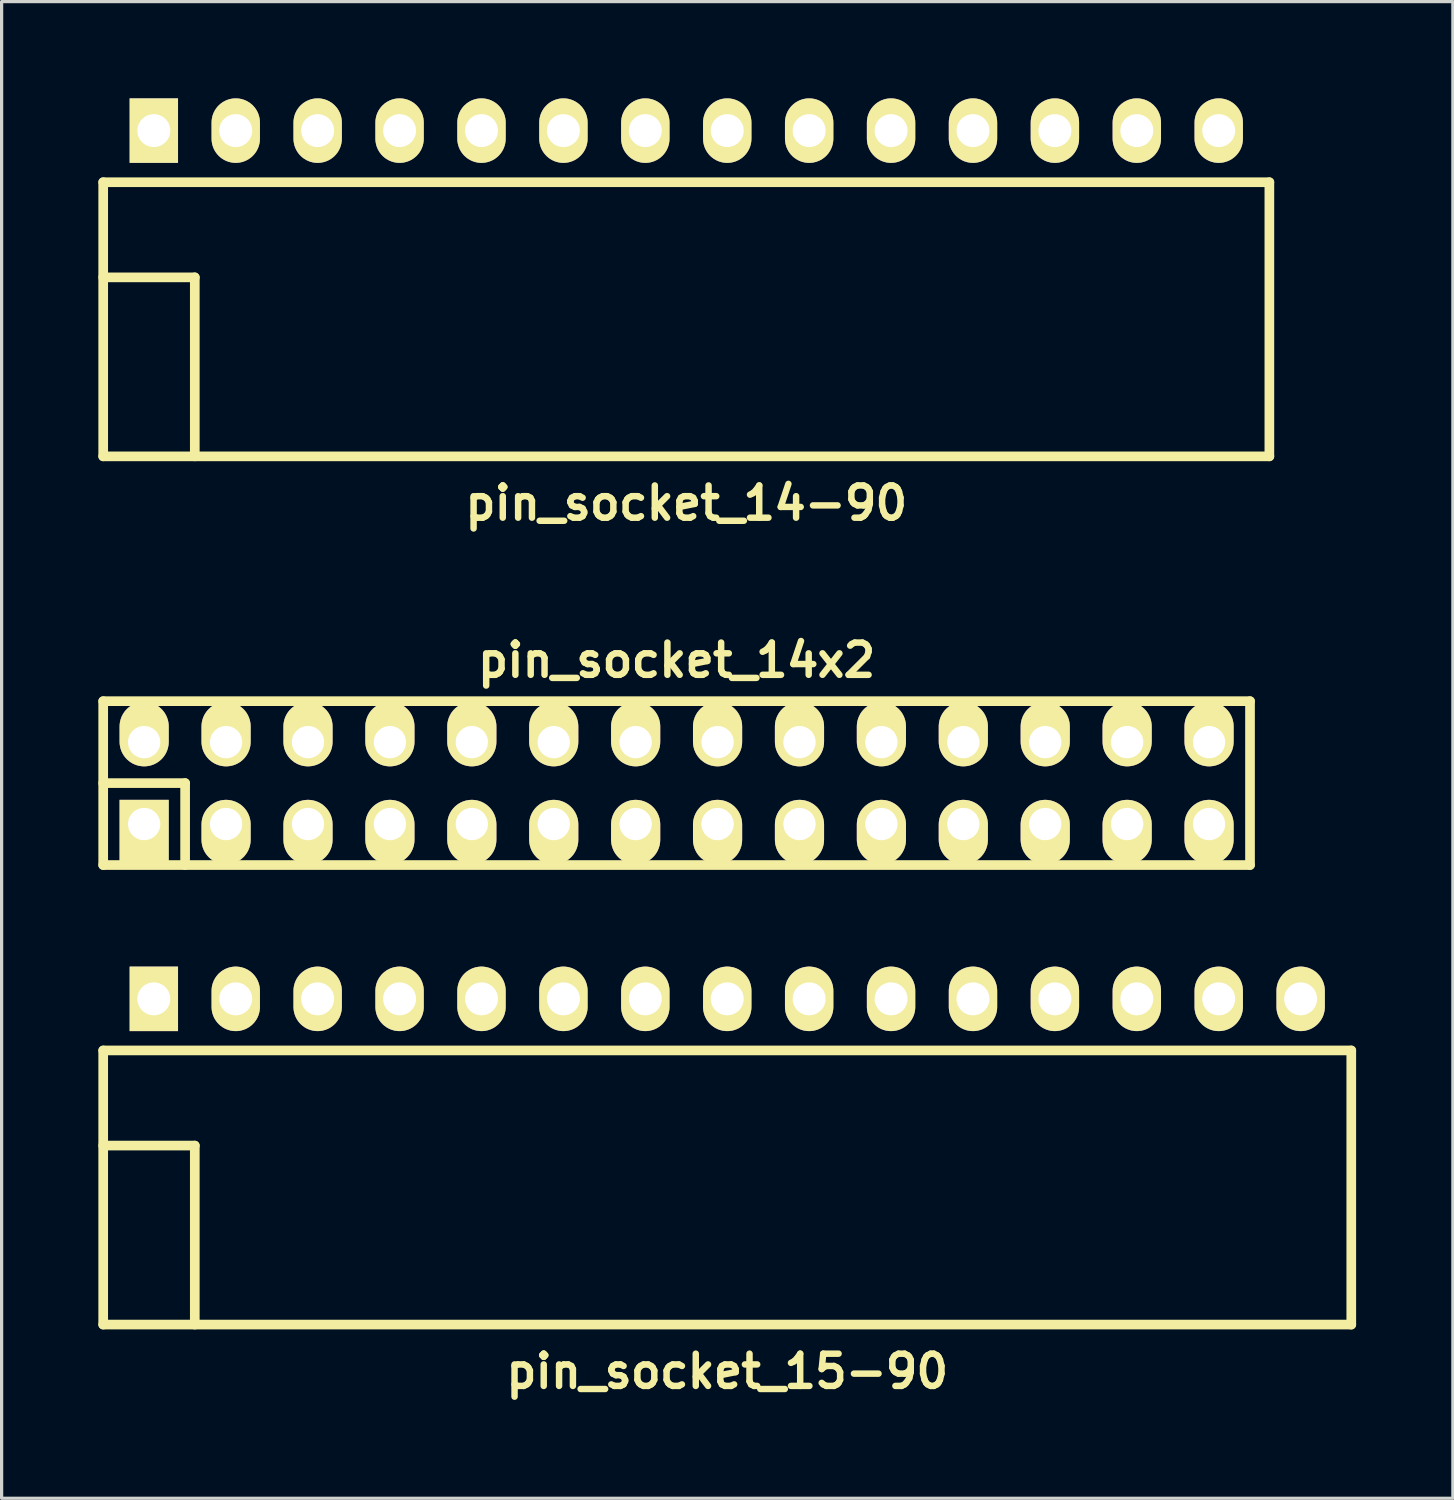
<source format=kicad_pcb>
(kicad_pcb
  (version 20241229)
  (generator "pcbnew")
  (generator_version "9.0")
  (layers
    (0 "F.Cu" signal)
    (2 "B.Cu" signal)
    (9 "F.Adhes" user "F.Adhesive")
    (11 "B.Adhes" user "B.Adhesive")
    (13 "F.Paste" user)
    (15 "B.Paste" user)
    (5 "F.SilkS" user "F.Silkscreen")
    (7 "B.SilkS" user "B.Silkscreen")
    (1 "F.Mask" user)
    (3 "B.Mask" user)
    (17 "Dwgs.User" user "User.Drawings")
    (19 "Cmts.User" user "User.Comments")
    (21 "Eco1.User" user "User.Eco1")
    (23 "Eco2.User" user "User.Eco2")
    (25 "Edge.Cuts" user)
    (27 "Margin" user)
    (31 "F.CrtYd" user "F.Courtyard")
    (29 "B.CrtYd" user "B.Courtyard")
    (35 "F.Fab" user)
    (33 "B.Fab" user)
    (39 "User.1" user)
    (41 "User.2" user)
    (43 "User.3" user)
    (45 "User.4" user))
  (footprint "pin_socket_14-90"
    (layer "F.Cu")
    (at 18.23 5.55)
    (property "Reference" "pin_socket_14-90" (at 0 7 0) (layer "F.SilkS") (effects (font (size 1 1) (thickness 0.2))))
    (attr through_hole)
    (fp_line (start -18.08 -2.95) (end -18.08 5.55) (stroke (width 0.3) (type solid)) (layer "F.SilkS"))
    (fp_line (start -18.08 -2.95) (end 18.08 -2.95) (stroke (width 0.3) (type solid)) (layer "F.SilkS"))
    (fp_line (start -18.08 0) (end -15.24 0) (stroke (width 0.3) (type solid)) (layer "F.SilkS"))
    (fp_line (start -18.08 5.55) (end 18.08 5.55) (stroke (width 0.3) (type solid)) (layer "F.SilkS"))
    (fp_line (start -15.24 0) (end -15.24 5.55) (stroke (width 0.3) (type solid)) (layer "F.SilkS"))
    (fp_line (start 18.08 -2.95) (end 18.08 5.55) (stroke (width 0.3) (type solid)) (layer "F.SilkS"))
    (pad "1" thru_hole rect (at -16.51 -4.55) (size 1.5 2) (drill 1.02) (layers "*.Cu" "*.Mask" "F.SilkS"))
    (pad "2" thru_hole oval (at -13.97 -4.55) (size 1.5 2) (drill 1.02) (layers "*.Cu" "*.Mask" "F.SilkS"))
    (pad "3" thru_hole oval (at -11.43 -4.55) (size 1.5 2) (drill 1.02) (layers "*.Cu" "*.Mask" "F.SilkS"))
    (pad "4" thru_hole oval (at -8.89 -4.55) (size 1.5 2) (drill 1.02) (layers "*.Cu" "*.Mask" "F.SilkS"))
    (pad "5" thru_hole oval (at -6.35 -4.55) (size 1.5 2) (drill 1.02) (layers "*.Cu" "*.Mask" "F.SilkS"))
    (pad "6" thru_hole oval (at -3.81 -4.55) (size 1.5 2) (drill 1.02) (layers "*.Cu" "*.Mask" "F.SilkS"))
    (pad "7" thru_hole oval (at -1.27 -4.55) (size 1.5 2) (drill 1.02) (layers "*.Cu" "*.Mask" "F.SilkS"))
    (pad "8" thru_hole oval (at 1.27 -4.55) (size 1.5 2) (drill 1.02) (layers "*.Cu" "*.Mask" "F.SilkS"))
    (pad "9" thru_hole oval (at 3.81 -4.55) (size 1.5 2) (drill 1.02) (layers "*.Cu" "*.Mask" "F.SilkS"))
    (pad "10" thru_hole oval (at 6.35 -4.55) (size 1.5 2) (drill 1.02) (layers "*.Cu" "*.Mask" "F.SilkS"))
    (pad "12" thru_hole oval (at 11.43 -4.55) (size 1.5 2) (drill 1.02) (layers "*.Cu" "*.Mask" "F.SilkS"))
    (pad "13" thru_hole oval (at 13.97 -4.55) (size 1.5 2) (drill 1.02) (layers "*.Cu" "*.Mask" "F.SilkS"))
    (pad "14" thru_hole oval (at 16.51 -4.55) (size 1.5 2) (drill 1.02) (layers "*.Cu" "*.Mask" "F.SilkS"))
    (pad "1121" thru_hole oval (at 8.89 -4.55) (size 1.5 2) (drill 1.02) (layers "*.Cu" "*.Mask" "F.SilkS")))
  (footprint "pin_socket_14x2"
    (layer "F.Cu")
    (at 17.93 21.232)
    (property "Reference" "pin_socket_14x2" (at 0 -3.81 0) (layer "F.SilkS") (effects (font (size 1 1) (thickness 0.2))))
    (attr through_hole)
    (fp_line (start -17.78 -2.54) (end -17.78 2.54) (stroke (width 0.3) (type solid)) (layer "F.SilkS"))
    (fp_line (start -17.78 -2.54) (end 17.78 -2.54) (stroke (width 0.3) (type solid)) (layer "F.SilkS"))
    (fp_line (start -17.78 0) (end -15.24 0) (stroke (width 0.3) (type solid)) (layer "F.SilkS"))
    (fp_line (start -15.24 0) (end -15.24 2.54) (stroke (width 0.3) (type solid)) (layer "F.SilkS"))
    (fp_line (start 17.78 2.54) (end -17.78 2.54) (stroke (width 0.3) (type solid)) (layer "F.SilkS"))
    (fp_line (start 17.78 2.54) (end 17.78 -2.54) (stroke (width 0.3) (type solid)) (layer "F.SilkS"))
    (pad "1" thru_hole rect (at -16.51 1.27) (size 1.524 1.999) (drill 1.001 (offset 0 0.249)) (layers "*.Cu" "*.Mask" "F.SilkS"))
    (pad "2" thru_hole oval (at -16.51 -1.27) (size 1.524 1.999) (drill 1.001 (offset 0 -0.249)) (layers "*.Cu" "*.Mask" "F.SilkS"))
    (pad "3" thru_hole oval (at -13.97 1.27) (size 1.524 1.999) (drill 1.001 (offset 0 0.249)) (layers "*.Cu" "*.Mask" "F.SilkS"))
    (pad "4" thru_hole oval (at -13.97 -1.27) (size 1.524 1.999) (drill 1.001 (offset 0 -0.249)) (layers "*.Cu" "*.Mask" "F.SilkS"))
    (pad "5" thru_hole oval (at -11.43 1.27) (size 1.524 1.999) (drill 1.001 (offset 0 0.249)) (layers "*.Cu" "*.Mask" "F.SilkS"))
    (pad "6" thru_hole oval (at -11.43 -1.27) (size 1.524 1.999) (drill 1.001 (offset 0 -0.249)) (layers "*.Cu" "*.Mask" "F.SilkS"))
    (pad "7" thru_hole oval (at -8.89 1.27) (size 1.524 1.999) (drill 1.001 (offset 0 0.249)) (layers "*.Cu" "*.Mask" "F.SilkS"))
    (pad "8" thru_hole oval (at -8.89 -1.27) (size 1.524 1.999) (drill 1.001 (offset 0 -0.249)) (layers "*.Cu" "*.Mask" "F.SilkS"))
    (pad "9" thru_hole oval (at -6.35 1.27) (size 1.524 1.999) (drill 1.001 (offset 0 0.249)) (layers "*.Cu" "*.Mask" "F.SilkS"))
    (pad "10" thru_hole oval (at -6.35 -1.27) (size 1.524 1.999) (drill 1.001 (offset 0 -0.249)) (layers "*.Cu" "*.Mask" "F.SilkS"))
    (pad "11" thru_hole oval (at -3.81 1.27) (size 1.524 1.999) (drill 1.001 (offset 0 0.249)) (layers "*.Cu" "*.Mask" "F.SilkS"))
    (pad "12" thru_hole oval (at -3.81 -1.27) (size 1.524 1.999) (drill 1.001 (offset 0 -0.249)) (layers "*.Cu" "*.Mask" "F.SilkS"))
    (pad "13" thru_hole oval (at -1.27 1.27) (size 1.524 1.999) (drill 1.001 (offset 0 0.249)) (layers "*.Cu" "*.Mask" "F.SilkS"))
    (pad "14" thru_hole oval (at -1.27 -1.27) (size 1.524 1.999) (drill 1.001 (offset 0 -0.249)) (layers "*.Cu" "*.Mask" "F.SilkS"))
    (pad "15" thru_hole oval (at 1.27 1.27) (size 1.524 1.999) (drill 1.001 (offset 0 0.249)) (layers "*.Cu" "*.Mask" "F.SilkS"))
    (pad "16" thru_hole oval (at 1.27 -1.27) (size 1.524 1.999) (drill 1.001 (offset 0 -0.249)) (layers "*.Cu" "*.Mask" "F.SilkS"))
    (pad "17" thru_hole oval (at 3.81 1.27) (size 1.524 1.999) (drill 1.001 (offset 0 0.249)) (layers "*.Cu" "*.Mask" "F.SilkS"))
    (pad "18" thru_hole oval (at 3.81 -1.27) (size 1.524 1.999) (drill 1.001 (offset 0 -0.249)) (layers "*.Cu" "*.Mask" "F.SilkS"))
    (pad "19" thru_hole oval (at 6.35 1.27) (size 1.524 1.999) (drill 1.001 (offset 0 0.249)) (layers "*.Cu" "*.Mask" "F.SilkS"))
    (pad "20" thru_hole oval (at 6.35 -1.27) (size 1.524 1.999) (drill 1.001 (offset 0 -0.249)) (layers "*.Cu" "*.Mask" "F.SilkS"))
    (pad "21" thru_hole oval (at 8.89 1.27) (size 1.524 1.999) (drill 1.001 (offset 0 0.249)) (layers "*.Cu" "*.Mask" "F.SilkS"))
    (pad "22" thru_hole oval (at 8.89 -1.27) (size 1.524 1.999) (drill 1.001 (offset 0 -0.249)) (layers "*.Cu" "*.Mask" "F.SilkS"))
    (pad "23" thru_hole oval (at 11.43 1.27) (size 1.524 1.999) (drill 1.001 (offset 0 0.249)) (layers "*.Cu" "*.Mask" "F.SilkS"))
    (pad "24" thru_hole oval (at 11.43 -1.27) (size 1.524 1.999) (drill 1.001 (offset 0 -0.249)) (layers "*.Cu" "*.Mask" "F.SilkS"))
    (pad "25" thru_hole oval (at 13.97 1.27) (size 1.524 1.999) (drill 1.001 (offset 0 0.249)) (layers "*.Cu" "*.Mask" "F.SilkS"))
    (pad "26" thru_hole oval (at 13.97 -1.27) (size 1.524 1.999) (drill 1.001 (offset 0 -0.249)) (layers "*.Cu" "*.Mask" "F.SilkS"))
    (pad "27" thru_hole oval (at 16.51 1.27) (size 1.524 1.999) (drill 1.001 (offset 0 0.249)) (layers "*.Cu" "*.Mask" "F.SilkS"))
    (pad "28" thru_hole oval (at 16.51 -1.27) (size 1.524 1.999) (drill 1.001 (offset 0 -0.249)) (layers "*.Cu" "*.Mask" "F.SilkS")))
  (footprint "pin_socket_15-90"
    (layer "F.Cu")
    (at 19.5 32.472)
    (property "Reference" "pin_socket_15-90" (at 0 7 0) (layer "F.SilkS") (effects (font (size 1 1) (thickness 0.2))))
    (attr through_hole)
    (fp_line (start -19.35 -2.95) (end -19.35 5.55) (stroke (width 0.3) (type solid)) (layer "F.SilkS"))
    (fp_line (start -19.35 -2.95) (end 19.35 -2.95) (stroke (width 0.3) (type solid)) (layer "F.SilkS"))
    (fp_line (start -19.35 0) (end -16.51 0) (stroke (width 0.3) (type solid)) (layer "F.SilkS"))
    (fp_line (start -19.35 5.55) (end 19.35 5.55) (stroke (width 0.3) (type solid)) (layer "F.SilkS"))
    (fp_line (start -16.51 0) (end -16.51 5.55) (stroke (width 0.3) (type solid)) (layer "F.SilkS"))
    (fp_line (start 19.35 -2.95) (end 19.35 5.55) (stroke (width 0.3) (type solid)) (layer "F.SilkS"))
    (pad "1" thru_hole rect (at -17.78 -4.55) (size 1.5 2) (drill 1.02) (layers "*.Cu" "*.Mask" "F.SilkS"))
    (pad "2" thru_hole oval (at -15.24 -4.55) (size 1.5 2) (drill 1.02) (layers "*.Cu" "*.Mask" "F.SilkS"))
    (pad "3" thru_hole oval (at -12.7 -4.55) (size 1.5 2) (drill 1.02) (layers "*.Cu" "*.Mask" "F.SilkS"))
    (pad "4" thru_hole oval (at -10.16 -4.55) (size 1.5 2) (drill 1.02) (layers "*.Cu" "*.Mask" "F.SilkS"))
    (pad "5" thru_hole oval (at -7.62 -4.55) (size 1.5 2) (drill 1.02) (layers "*.Cu" "*.Mask" "F.SilkS"))
    (pad "6" thru_hole oval (at -5.08 -4.55) (size 1.5 2) (drill 1.02) (layers "*.Cu" "*.Mask" "F.SilkS"))
    (pad "7" thru_hole oval (at -2.54 -4.55) (size 1.5 2) (drill 1.02) (layers "*.Cu" "*.Mask" "F.SilkS"))
    (pad "8" thru_hole oval (at 0 -4.55) (size 1.5 2) (drill 1.02) (layers "*.Cu" "*.Mask" "F.SilkS"))
    (pad "9" thru_hole oval (at 2.54 -4.55) (size 1.5 2) (drill 1.02) (layers "*.Cu" "*.Mask" "F.SilkS"))
    (pad "10" thru_hole oval (at 5.08 -4.55) (size 1.5 2) (drill 1.02) (layers "*.Cu" "*.Mask" "F.SilkS"))
    (pad "12" thru_hole oval (at 10.16 -4.55) (size 1.5 2) (drill 1.02) (layers "*.Cu" "*.Mask" "F.SilkS"))
    (pad "13" thru_hole oval (at 12.7 -4.55) (size 1.5 2) (drill 1.02) (layers "*.Cu" "*.Mask" "F.SilkS"))
    (pad "14" thru_hole oval (at 15.24 -4.55) (size 1.5 2) (drill 1.02) (layers "*.Cu" "*.Mask" "F.SilkS"))
    (pad "15" thru_hole oval (at 17.78 -4.55) (size 1.5 2) (drill 1.02) (layers "*.Cu" "*.Mask" "F.SilkS"))
    (pad "1121" thru_hole oval (at 7.62 -4.55) (size 1.5 2) (drill 1.02) (layers "*.Cu" "*.Mask" "F.SilkS")))
  (gr_rect
    (start -3 -3)
    (end 42 43.408)
    (stroke (width 0.1) (type default))
    (fill no)
    (layer "Edge.Cuts")))
</source>
